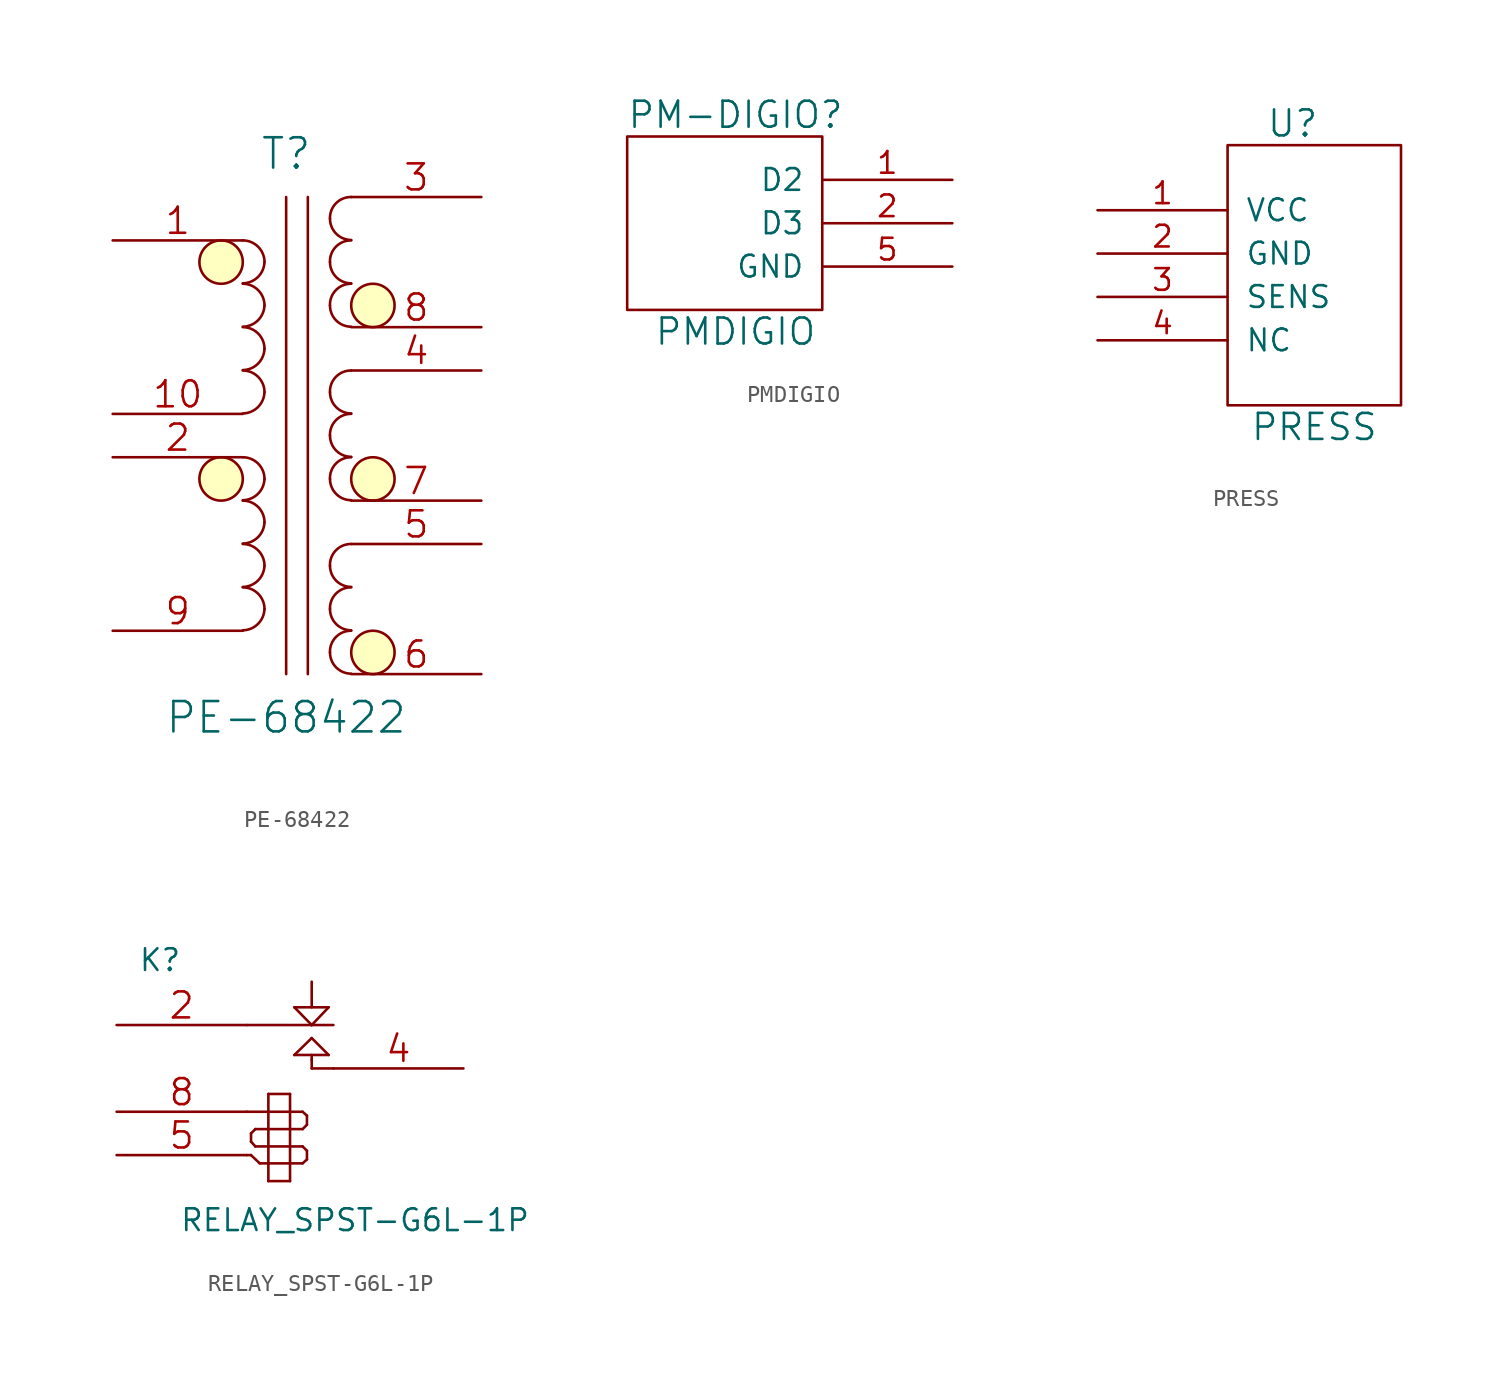
<source format=kicad_sym>
(kicad_symbol_lib
  (version 20211014)
  (generator kicad_symbol_editor)
  (symbol "PE-68422"
    (pin_names
      (offset 1.016) hide)
    (property "Reference" "T"
      (at 0 16.51 0)
      (effects (font (size 1.778 1.778))))
    (property "Value" "PE-68422"
      (at 0 -16.51 0)
      (effects (font (size 1.778 1.778))))
    (property "Footprint" ""
      (at 0 0 0)
      (effects (font (size 1.524 1.524))))
    (property "Datasheet" ""
      (at 0 0 0)
      (effects (font (size 1.524 1.524))))
    (symbol "PE-68422_0_1"
      (circle (center -3.81 -2.54) (radius 1.27) (stroke (width 0) (type default) (color 0 0 0 0)) (fill (type background)))
      (circle (center -3.81 10.16) (radius 1.27) (stroke (width 0) (type default) (color 0 0 0 0)) (fill (type background)))
      (arc (start -2.54 -11.4046) (mid -1.6599 -11.0401) (end -1.27 -10.16) (stroke (width 0) (type default) (color 0 0 0 0)) (fill (type none)))
      (arc (start -2.54 -8.8646) (mid -1.6599 -8.5001) (end -1.27 -7.62) (stroke (width 0) (type default) (color 0 0 0 0)) (fill (type none)))
      (arc (start -2.54 -6.3246) (mid -1.6599 -5.9601) (end -1.27 -5.08) (stroke (width 0) (type default) (color 0 0 0 0)) (fill (type none)))
      (arc (start -2.54 -3.7846) (mid -1.6599 -3.4201) (end -1.27 -2.54) (stroke (width 0) (type default) (color 0 0 0 0)) (fill (type none)))
      (arc (start -2.54 1.2954) (mid -1.6599 1.6599) (end -1.27 2.54) (stroke (width 0) (type default) (color 0 0 0 0)) (fill (type none)))
      (arc (start -2.54 3.8354) (mid -1.6599 4.1999) (end -1.27 5.08) (stroke (width 0) (type default) (color 0 0 0 0)) (fill (type none)))
      (arc (start -2.54 6.3754) (mid -1.6599 6.7399) (end -1.27 7.62) (stroke (width 0) (type default) (color 0 0 0 0)) (fill (type none)))
      (arc (start -2.54 8.9154) (mid -1.6599 9.2799) (end -1.27 10.16) (stroke (width 0) (type default) (color 0 0 0 0)) (fill (type none)))
      (arc (start -1.27 -10.16) (mid -1.642 -9.262) (end -2.54 -8.89) (stroke (width 0) (type default) (color 0 0 0 0)) (fill (type none)))
      (arc (start -1.27 -7.62) (mid -1.642 -6.722) (end -2.54 -6.35) (stroke (width 0) (type default) (color 0 0 0 0)) (fill (type none)))
      (arc (start -1.27 -5.08) (mid -1.642 -4.182) (end -2.54 -3.81) (stroke (width 0) (type default) (color 0 0 0 0)) (fill (type none)))
      (arc (start -1.27 -2.54) (mid -1.642 -1.642) (end -2.54 -1.27) (stroke (width 0) (type default) (color 0 0 0 0)) (fill (type none)))
      (arc (start -1.27 2.54) (mid -1.642 3.438) (end -2.54 3.81) (stroke (width 0) (type default) (color 0 0 0 0)) (fill (type none)))
      (arc (start -1.27 5.08) (mid -1.642 5.978) (end -2.54 6.35) (stroke (width 0) (type default) (color 0 0 0 0)) (fill (type none)))
      (arc (start -1.27 7.62) (mid -1.642 8.518) (end -2.54 8.89) (stroke (width 0) (type default) (color 0 0 0 0)) (fill (type none)))
      (arc (start -1.27 10.16) (mid -1.642 11.058) (end -2.54 11.43) (stroke (width 0) (type default) (color 0 0 0 0)) (fill (type none)))
      (polyline (pts (xy 0 13.97) (xy 0 -13.97)) (stroke (width 0) (type default) (color 0 0 0 0)) (fill (type none)))
      (polyline (pts (xy 1.27 13.97) (xy 1.27 -13.97)) (stroke (width 0) (type default) (color 0 0 0 0)) (fill (type none)))
      (arc (start 2.5654 -12.7) (mid 2.9299 -13.5801) (end 3.81 -13.9446) (stroke (width 0) (type default) (color 0 0 0 0)) (fill (type none)))
      (arc (start 2.5654 -10.16) (mid 2.9299 -11.0401) (end 3.81 -11.4046) (stroke (width 0) (type default) (color 0 0 0 0)) (fill (type none)))
      (arc (start 2.5654 -7.62) (mid 2.9299 -8.5001) (end 3.81 -8.8646) (stroke (width 0) (type default) (color 0 0 0 0)) (fill (type none)))
      (arc (start 2.5654 -2.54) (mid 2.9299 -3.4201) (end 3.81 -3.7846) (stroke (width 0) (type default) (color 0 0 0 0)) (fill (type none)))
      (arc (start 2.5654 0) (mid 2.9299 -0.8801) (end 3.81 -1.2446) (stroke (width 0) (type default) (color 0 0 0 0)) (fill (type none)))
      (arc (start 2.5654 2.54) (mid 2.9299 1.6599) (end 3.81 1.2954) (stroke (width 0) (type default) (color 0 0 0 0)) (fill (type none)))
      (arc (start 2.5654 7.62) (mid 2.9299 6.7399) (end 3.81 6.3754) (stroke (width 0) (type default) (color 0 0 0 0)) (fill (type none)))
      (arc (start 2.5654 10.16) (mid 2.9299 9.2799) (end 3.81 8.9154) (stroke (width 0) (type default) (color 0 0 0 0)) (fill (type none)))
      (arc (start 2.5654 12.7) (mid 2.9299 11.8199) (end 3.81 11.4554) (stroke (width 0) (type default) (color 0 0 0 0)) (fill (type none)))
      (arc (start 3.81 -11.43) (mid 2.912 -11.802) (end 2.5654 -12.7) (stroke (width 0) (type default) (color 0 0 0 0)) (fill (type none)))
      (arc (start 3.81 -8.89) (mid 2.912 -9.262) (end 2.5654 -10.16) (stroke (width 0) (type default) (color 0 0 0 0)) (fill (type none)))
      (arc (start 3.81 -6.35) (mid 2.912 -6.722) (end 2.5654 -7.62) (stroke (width 0) (type default) (color 0 0 0 0)) (fill (type none)))
      (arc (start 3.81 -1.27) (mid 2.912 -1.642) (end 2.5654 -2.54) (stroke (width 0) (type default) (color 0 0 0 0)) (fill (type none)))
      (arc (start 3.81 1.27) (mid 2.912 0.898) (end 2.5654 0) (stroke (width 0) (type default) (color 0 0 0 0)) (fill (type none)))
      (arc (start 3.81 3.81) (mid 2.912 3.438) (end 2.5654 2.54) (stroke (width 0) (type default) (color 0 0 0 0)) (fill (type none)))
      (arc (start 3.81 8.89) (mid 2.912 8.518) (end 2.5654 7.62) (stroke (width 0) (type default) (color 0 0 0 0)) (fill (type none)))
      (arc (start 3.81 11.43) (mid 2.912 11.058) (end 2.5654 10.16) (stroke (width 0) (type default) (color 0 0 0 0)) (fill (type none)))
      (arc (start 3.81 13.97) (mid 2.912 13.598) (end 2.5654 12.7) (stroke (width 0) (type default) (color 0 0 0 0)) (fill (type none)))
      (circle (center 5.08 -12.7) (radius 1.27) (stroke (width 0) (type default) (color 0 0 0 0)) (fill (type background)))
      (circle (center 5.08 -2.54) (radius 1.27) (stroke (width 0) (type default) (color 0 0 0 0)) (fill (type background)))
      (circle (center 5.08 7.62) (radius 1.27) (stroke (width 0) (type default) (color 0 0 0 0)) (fill (type background))))
    (symbol "PE-68422_1_1"
      (pin passive line (at -10.16 11.43 0) (length 7.62) (name "PA" (effects (font (size 1.524 1.524)))) (number "1" (effects (font (size 1.524 1.524)))))
      (pin passive line (at -10.16 1.27 0) (length 7.62) (name "PB" (effects (font (size 1.524 1.524)))) (number "10" (effects (font (size 1.524 1.524)))))
      (pin passive line (at -10.16 -1.27 0) (length 7.62) (name "PC" (effects (font (size 1.524 1.524)))) (number "2" (effects (font (size 1.524 1.524)))))
      (pin passive line (at 11.43 13.97 180) (length 7.62) (name "SAA" (effects (font (size 1.524 1.524)))) (number "3" (effects (font (size 1.524 1.524)))))
      (pin passive line (at 11.43 3.81 180) (length 7.62) (name "SBA" (effects (font (size 1.524 1.524)))) (number "4" (effects (font (size 1.524 1.524)))))
      (pin passive line (at 11.43 -6.35 180) (length 7.62) (name "SCA" (effects (font (size 1.524 1.524)))) (number "5" (effects (font (size 1.524 1.524)))))
      (pin passive line (at 11.43 -13.97 180) (length 7.62) (name "SCB" (effects (font (size 1.524 1.524)))) (number "6" (effects (font (size 1.524 1.524)))))
      (pin passive line (at 11.43 -3.81 180) (length 7.62) (name "SBB" (effects (font (size 1.524 1.524)))) (number "7" (effects (font (size 1.524 1.524)))))
      (pin passive line (at 11.43 6.35 180) (length 7.62) (name "SAB" (effects (font (size 1.524 1.524)))) (number "8" (effects (font (size 1.524 1.524)))))
      (pin passive line (at -10.16 -11.43 0) (length 7.62) (name "PD" (effects (font (size 1.524 1.524)))) (number "9" (effects (font (size 1.524 1.524)))))))
  (symbol "PMDIGIO"
    (pin_names
      (offset 1.016))
    (property "Reference" "PM-DIGIO"
      (at 1.27 6.35 0)
      (effects (font (size 1.524 1.524))))
    (property "Value" "PMDIGIO"
      (at 1.27 -6.35 0)
      (effects (font (size 1.524 1.524))))
    (property "Footprint" ""
      (at 0 0 0)
      (effects (font (size 1.524 1.524))))
    (property "Datasheet" ""
      (at 0 0 0)
      (effects (font (size 1.524 1.524))))
    (symbol "PMDIGIO_0_1"
      (rectangle (start -5.08 -5.08) (end 6.35 5.08) (stroke (width 0) (type default) (color 0 0 0 0)) (fill (type none))))
    (symbol "PMDIGIO_1_1"
      (pin output line (at 13.97 2.54 180) (length 7.62) (name "D2" (effects (font (size 1.27 1.27)))) (number "1" (effects (font (size 1.27 1.27)))))
      (pin output line (at 13.97 0 180) (length 7.62) (name "D3" (effects (font (size 1.27 1.27)))) (number "2" (effects (font (size 1.27 1.27)))))
      (pin output line (at 13.97 -2.54 180) (length 7.62) (name "GND" (effects (font (size 1.27 1.27)))) (number "5" (effects (font (size 1.27 1.27)))))))
  (symbol "PRESS"
    (pin_names
      (offset 1.016))
    (property "Reference" "U"
      (at -2.54 16.51 0)
      (effects (font (size 1.524 1.524))))
    (property "Value" "PRESS"
      (at -1.27 -1.27 0)
      (effects (font (size 1.524 1.524))))
    (property "Footprint" ""
      (at 0 0 0)
      (effects (font (size 1.524 1.524))))
    (property "Datasheet" ""
      (at 0 0 0)
      (effects (font (size 1.524 1.524))))
    (symbol "PRESS_0_1"
      (rectangle (start -6.35 0) (end 3.81 15.24) (stroke (width 0) (type default) (color 0 0 0 0)) (fill (type none))))
    (symbol "PRESS_1_1"
      (pin input line (at -13.97 11.43 0) (length 7.62) (name "VCC" (effects (font (size 1.27 1.27)))) (number "1" (effects (font (size 1.27 1.27)))))
      (pin input line (at -13.97 8.89 0) (length 7.62) (name "GND" (effects (font (size 1.27 1.27)))) (number "2" (effects (font (size 1.27 1.27)))))
      (pin input line (at -13.97 6.35 0) (length 7.62) (name "SENS" (effects (font (size 1.27 1.27)))) (number "3" (effects (font (size 1.27 1.27)))))
      (pin input line (at -13.97 3.81 0) (length 7.62) (name "NC" (effects (font (size 1.27 1.27)))) (number "4" (effects (font (size 1.27 1.27)))))))
  (symbol "RELAY_SPST-G6L-1P"
    (pin_names
      (offset 1.016) hide)
    (property "Reference" "K"
      (at -7.62 2.54 0)
      (effects (font (size 1.27 1.27))))
    (property "Value" "RELAY_SPST-G6L-1P"
      (at 3.81 -12.7 0)
      (effects (font (size 1.27 1.27))))
    (property "Footprint" ""
      (at 0 0 0)
      (effects (font (size 1.524 1.524))))
    (property "Datasheet" ""
      (at 0 0 0)
      (effects (font (size 1.524 1.524))))
    (symbol "RELAY_SPST-G6L-1P_0_1"
      (polyline (pts (xy -2.54 -8.89) (xy -2.286 -8.89)) (stroke (width 0) (type default) (color 0 0 0 0)) (fill (type none)))
      (polyline (pts (xy -2.54 -6.35) (xy -1.27 -6.35)) (stroke (width 0) (type default) (color 0 0 0 0)) (fill (type none)))
      (polyline (pts (xy -2.54 -1.27) (xy 1.27 -1.27)) (stroke (width 0) (type default) (color 0 0 0 0)) (fill (type none)))
      (polyline (pts (xy -2.286 -8.89) (xy -1.778 -9.373)) (stroke (width 0) (type default) (color 0 0 0 0)) (fill (type none)))
      (polyline (pts (xy -2.286 -8.103) (xy -2.286 -7.62)) (stroke (width 0) (type default) (color 0 0 0 0)) (fill (type none)))
      (polyline (pts (xy -2.032 -8.382) (xy -2.286 -8.103)) (stroke (width 0) (type default) (color 0 0 0 0)) (fill (type none)))
      (polyline (pts (xy -2.032 -7.366) (xy -2.286 -7.62)) (stroke (width 0) (type default) (color 0 0 0 0)) (fill (type none)))
      (polyline (pts (xy -1.778 -9.373) (xy -1.27 -9.373)) (stroke (width 0) (type default) (color 0 0 0 0)) (fill (type none)))
      (polyline (pts (xy -1.27 -10.414) (xy -1.27 -5.309)) (stroke (width 0) (type default) (color 0 0 0 0)) (fill (type none)))
      (polyline (pts (xy -1.27 -8.382) (xy -2.032 -8.382)) (stroke (width 0) (type default) (color 0 0 0 0)) (fill (type none)))
      (polyline (pts (xy -1.27 -8.382) (xy 0 -8.382)) (stroke (width 0) (type default) (color 0 0 0 0)) (fill (type none)))
      (polyline (pts (xy -1.27 -7.366) (xy -2.032 -7.366)) (stroke (width 0) (type default) (color 0 0 0 0)) (fill (type none)))
      (polyline (pts (xy -1.27 -6.35) (xy 0 -6.35)) (stroke (width 0) (type default) (color 0 0 0 0)) (fill (type none)))
      (polyline (pts (xy -1.27 -5.309) (xy 0 -5.309)) (stroke (width 0) (type default) (color 0 0 0 0)) (fill (type none)))
      (polyline (pts (xy 0 -10.414) (xy -1.27 -10.414)) (stroke (width 0) (type default) (color 0 0 0 0)) (fill (type none)))
      (polyline (pts (xy 0 -9.373) (xy -1.27 -9.373)) (stroke (width 0) (type default) (color 0 0 0 0)) (fill (type none)))
      (polyline (pts (xy 0 -9.373) (xy 0.737 -9.373)) (stroke (width 0) (type default) (color 0 0 0 0)) (fill (type none)))
      (polyline (pts (xy 0 -8.382) (xy 0.737 -8.382)) (stroke (width 0) (type default) (color 0 0 0 0)) (fill (type none)))
      (polyline (pts (xy 0 -7.366) (xy -1.27 -7.366)) (stroke (width 0) (type default) (color 0 0 0 0)) (fill (type none)))
      (polyline (pts (xy 0 -7.366) (xy 0.737 -7.366)) (stroke (width 0) (type default) (color 0 0 0 0)) (fill (type none)))
      (polyline (pts (xy 0 -6.35) (xy 0.737 -6.35)) (stroke (width 0) (type default) (color 0 0 0 0)) (fill (type none)))
      (polyline (pts (xy 0 -5.309) (xy 0 -10.414)) (stroke (width 0) (type default) (color 0 0 0 0)) (fill (type none)))
      (polyline (pts (xy 0.254 -3.023) (xy 2.261 -3.023)) (stroke (width 0) (type default) (color 0 0 0 0)) (fill (type none)))
      (polyline (pts (xy 0.254 -0.229) (xy 2.261 -0.229)) (stroke (width 0) (type default) (color 0 0 0 0)) (fill (type none)))
      (polyline (pts (xy 0.737 -9.373) (xy 0.991 -9.144)) (stroke (width 0) (type default) (color 0 0 0 0)) (fill (type none)))
      (polyline (pts (xy 0.737 -8.382) (xy 0.991 -8.636)) (stroke (width 0) (type default) (color 0 0 0 0)) (fill (type none)))
      (polyline (pts (xy 0.737 -7.366) (xy 0.991 -7.112)) (stroke (width 0) (type default) (color 0 0 0 0)) (fill (type none)))
      (polyline (pts (xy 0.737 -6.35) (xy 0.991 -6.579)) (stroke (width 0) (type default) (color 0 0 0 0)) (fill (type none)))
      (polyline (pts (xy 0.991 -9.144) (xy 0.991 -8.636)) (stroke (width 0) (type default) (color 0 0 0 0)) (fill (type none)))
      (polyline (pts (xy 0.991 -6.579) (xy 0.991 -7.112)) (stroke (width 0) (type default) (color 0 0 0 0)) (fill (type none)))
      (polyline (pts (xy 1.27 -3.81) (xy 1.27 -3.302)) (stroke (width 0) (type default) (color 0 0 0 0)) (fill (type none)))
      (polyline (pts (xy 1.27 -3.302) (xy 1.27 -3.023)) (stroke (width 0) (type default) (color 0 0 0 0)) (fill (type none)))
      (polyline (pts (xy 1.27 -2.032) (xy 0.254 -3.023)) (stroke (width 0) (type default) (color 0 0 0 0)) (fill (type none)))
      (polyline (pts (xy 1.27 -1.27) (xy 0.254 -0.229)) (stroke (width 0) (type default) (color 0 0 0 0)) (fill (type none)))
      (polyline (pts (xy 1.27 -1.27) (xy 2.54 -1.27)) (stroke (width 0) (type default) (color 0 0 0 0)) (fill (type none)))
      (polyline (pts (xy 1.27 1.27) (xy 1.27 -0.229)) (stroke (width 0) (type default) (color 0 0 0 0)) (fill (type none)))
      (polyline (pts (xy 2.261 -3.023) (xy 1.27 -2.032)) (stroke (width 0) (type default) (color 0 0 0 0)) (fill (type none)))
      (polyline (pts (xy 2.261 -0.229) (xy 1.27 -1.27)) (stroke (width 0) (type default) (color 0 0 0 0)) (fill (type none)))
      (polyline (pts (xy 2.54 -3.81) (xy 1.27 -3.81)) (stroke (width 0) (type default) (color 0 0 0 0)) (fill (type none))))
    (symbol "RELAY_SPST-G6L-1P_1_1"
      (pin passive line (at -10.16 -1.27 0) (length 7.62) (name "C1" (effects (font (size 1.524 1.524)))) (number "2" (effects (font (size 1.524 1.524)))))
      (pin passive line (at 10.16 -3.81 180) (length 7.62) (name "T1" (effects (font (size 1.524 1.524)))) (number "4" (effects (font (size 1.524 1.524)))))
      (pin input line (at -10.16 -8.89 0) (length 7.62) (name "5" (effects (font (size 1.524 1.524)))) (number "5" (effects (font (size 1.524 1.524)))))
      (pin input line (at -10.16 -6.35 0) (length 7.62) (name "8" (effects (font (size 1.524 1.524)))) (number "8" (effects (font (size 1.524 1.524))))))))
</source>
